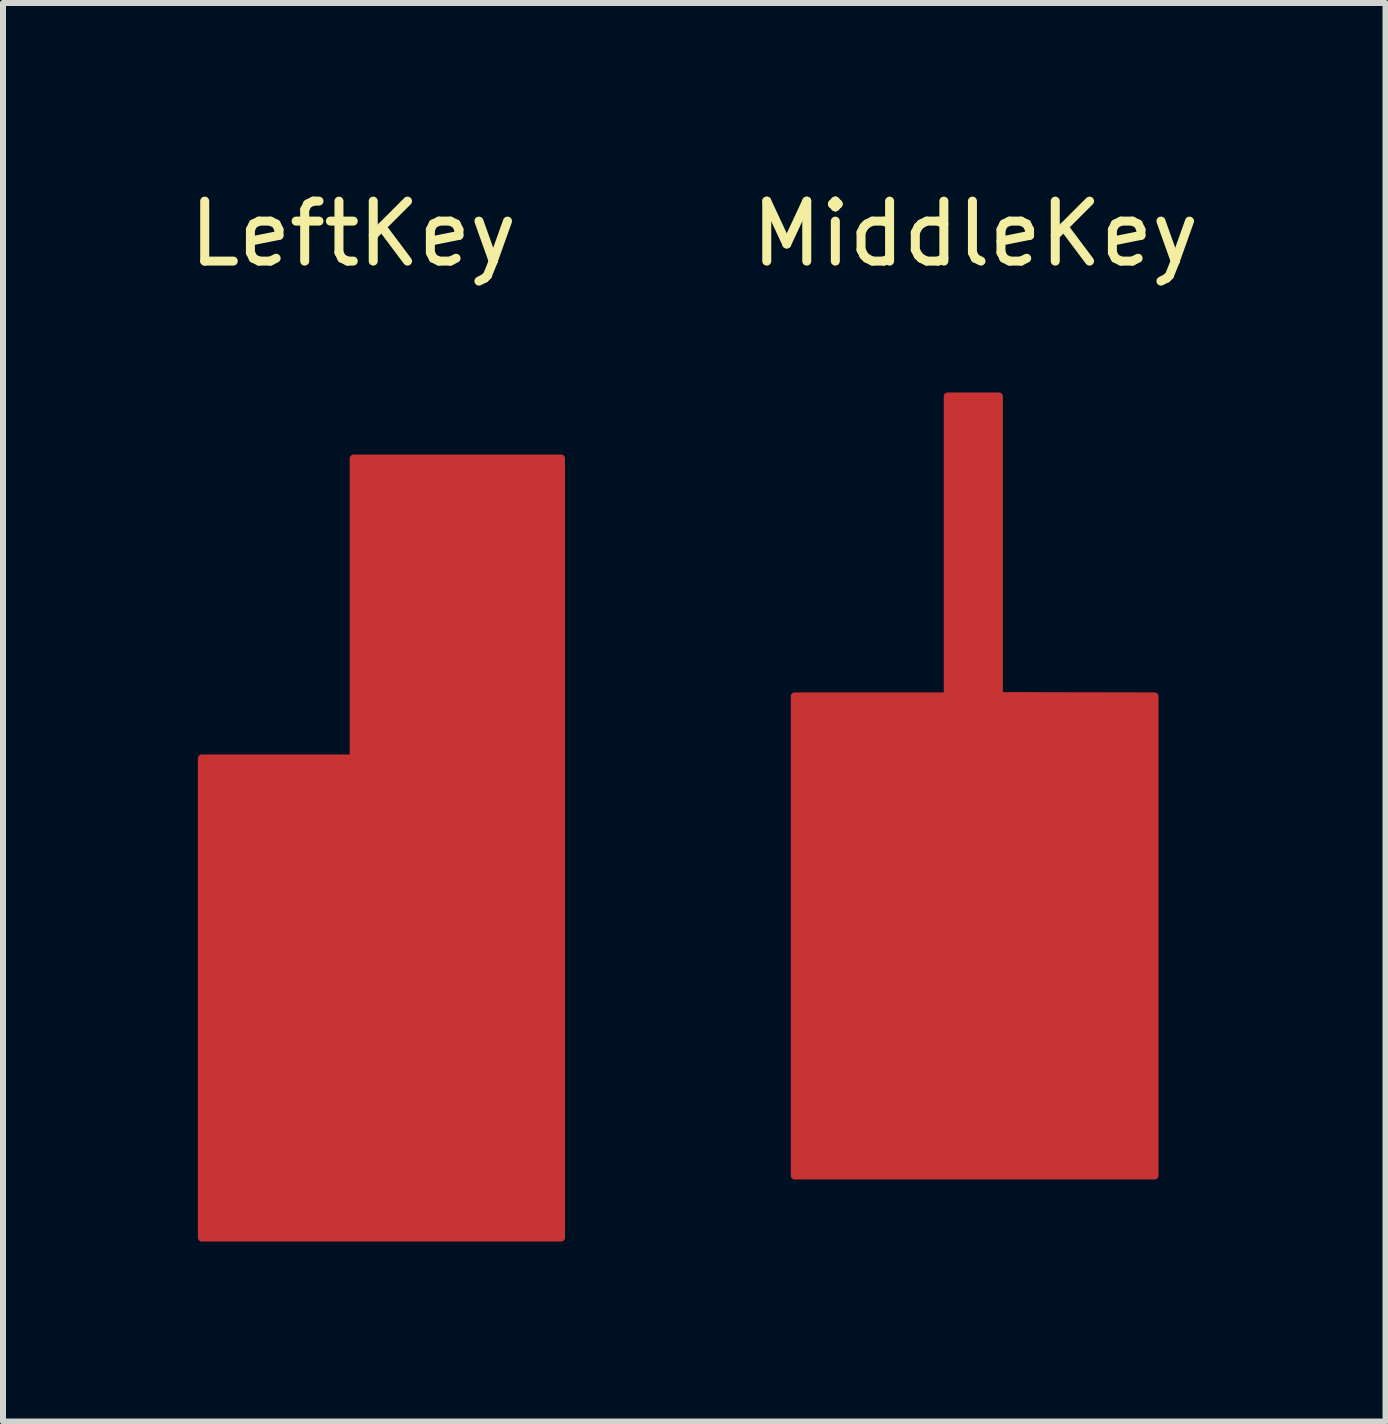
<source format=kicad_pcb>
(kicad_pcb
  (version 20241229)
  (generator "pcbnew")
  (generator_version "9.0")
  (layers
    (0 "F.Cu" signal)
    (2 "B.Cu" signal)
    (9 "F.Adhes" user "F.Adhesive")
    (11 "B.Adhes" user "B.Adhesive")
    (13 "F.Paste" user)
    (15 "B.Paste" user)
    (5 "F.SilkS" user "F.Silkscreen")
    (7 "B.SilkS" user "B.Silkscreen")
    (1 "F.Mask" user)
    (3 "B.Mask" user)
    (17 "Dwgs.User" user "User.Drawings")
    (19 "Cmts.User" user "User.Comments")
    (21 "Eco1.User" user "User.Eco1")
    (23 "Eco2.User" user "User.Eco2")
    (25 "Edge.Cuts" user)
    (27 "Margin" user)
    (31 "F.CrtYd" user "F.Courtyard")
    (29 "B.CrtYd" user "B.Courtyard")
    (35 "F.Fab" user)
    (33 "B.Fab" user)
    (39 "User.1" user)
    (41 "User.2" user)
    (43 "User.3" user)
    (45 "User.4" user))
  (footprint "MiddleKey"
    (layer "F.Cu")
    (at 13.209 1.348)
    (property "Reference" "MiddleKey" (at 0 -0.5 0) (unlocked yes) (layer "F.SilkS") (effects (font (size 1 1) (thickness 0.15))))
    (attr smd)
    (pad "1" smd custom (at 0 8) (size 2.286 1.524) (layers "F.Cu" "F.Mask" "F.Paste") (options (anchor rect)) (primitives (gr_poly (pts (xy -3.015 -0.795) (xy -0.465 -0.795) (xy -0.465 -5.795) (xy 0.4 -5.795) (xy 0.4 -0.8) (xy 2.995 -0.795) (xy 2.995 7.205) (xy -3.015 7.205)) (width 0.12) (fill yes)) (gr_line (start -3.015 7.205) (end 2.985 7.205) (width 0.12)) (gr_line (start -3.015 7.205) (end -3.015 -0.795) (width 0.12)) (gr_line (start -3.015 -0.795) (end -0.465 -0.795) (width 0.12)) (gr_line (start -0.465 -0.795) (end -0.465 -5.795) (width 0.12)) (gr_line (start -0.465 -5.795) (end 0.4 -5.795) (width 0.12)) (gr_line (start 0.4 -5.795) (end 0.4 -0.8) (width 0.12)) (gr_line (start 0.4 -0.8) (end 2.995 -0.795) (width 0.12)) (gr_line (start 2.995 -0.795) (end 2.995 7.205) (width 0.12)))))
  (footprint "LeftKey"
    (layer "F.Cu")
    (at 2.839 1.348)
    (property "Reference" "LeftKey" (at 0 -0.5 0) (unlocked yes) (layer "F.SilkS") (effects (font (size 1 1) (thickness 0.15))))
    (attr smd)
    (pad "1" smd custom (at 2 4) (size 2.286 1.524) (layers "F.Cu" "F.Mask" "F.Paste") (options (anchor rect)) (primitives (gr_line (start 1.47 -0.76) (end -2 -0.76) (width 0.12)) (gr_line (start -2 -0.76) (end -2 4.24) (width 0.12)) (gr_line (start -2 4.24) (end -4.53 4.24) (width 0.12)) (gr_line (start -4.53 4.24) (end -4.53 12.24) (width 0.12)) (gr_line (start 1.47 12.24) (end -4.53 12.24) (width 0.12)) (gr_line (start 1.47 12.24) (end 1.47 -0.76) (width 0.12)) (gr_poly (pts (xy -1.99 -0.75) (xy 1.47 -0.76) (xy 1.47 12.24) (xy -4.53 12.24) (xy -4.53 4.24) (xy -2 4.24)) (width 0.12) (fill yes)))))
  (gr_rect
    (start -3 -3)
    (end 20.048 20.648)
    (stroke (width 0.1) (type default))
    (fill no)
    (layer "Edge.Cuts")))
</source>
